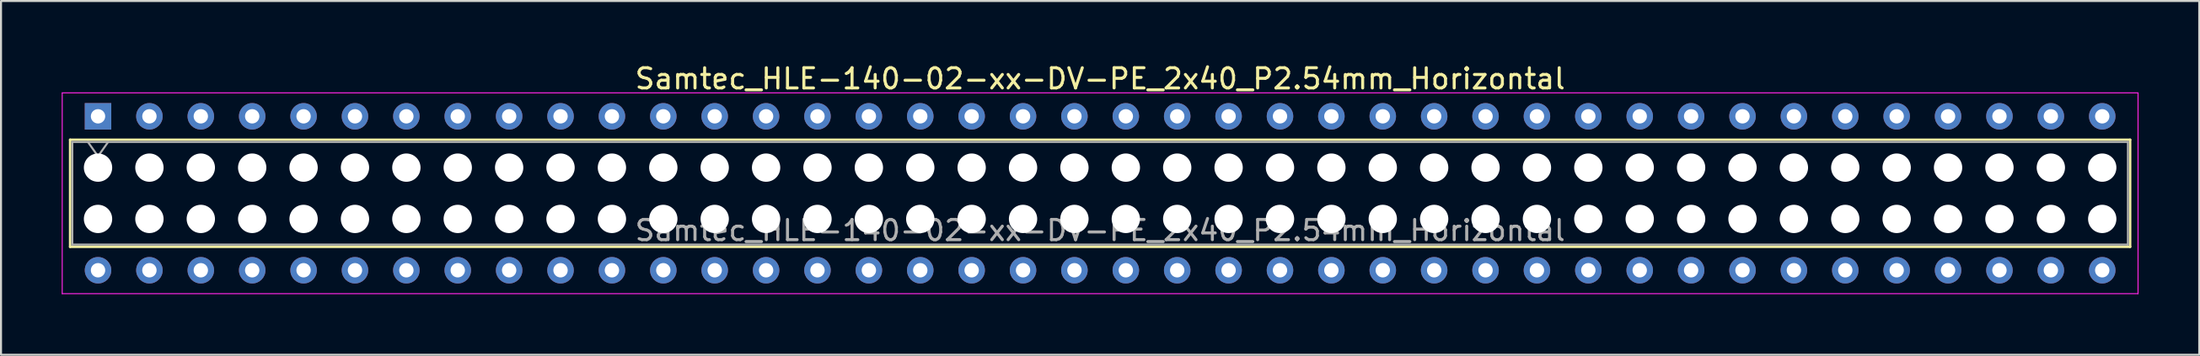
<source format=kicad_pcb>
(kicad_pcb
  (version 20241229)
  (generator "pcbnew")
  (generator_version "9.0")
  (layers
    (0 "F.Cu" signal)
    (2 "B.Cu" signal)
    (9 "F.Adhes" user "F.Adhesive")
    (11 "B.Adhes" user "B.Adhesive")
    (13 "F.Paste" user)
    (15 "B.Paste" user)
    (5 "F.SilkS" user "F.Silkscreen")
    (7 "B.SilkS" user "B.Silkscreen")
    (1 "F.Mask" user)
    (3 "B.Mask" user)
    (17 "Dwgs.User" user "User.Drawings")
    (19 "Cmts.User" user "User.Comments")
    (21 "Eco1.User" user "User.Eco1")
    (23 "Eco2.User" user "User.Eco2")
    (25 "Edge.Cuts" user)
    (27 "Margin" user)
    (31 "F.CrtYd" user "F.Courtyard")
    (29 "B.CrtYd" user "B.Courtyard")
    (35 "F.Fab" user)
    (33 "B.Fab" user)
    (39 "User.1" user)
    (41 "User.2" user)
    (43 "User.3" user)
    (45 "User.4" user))
  (footprint "Samtec_HLE-140-02-xx-DV-PE_2x40_P2.54mm_Horizontal"
    (layer "F.Cu")
    (at 1.795 2.708)
    (property "Reference" "Samtec_HLE-140-02-xx-DV-PE_2x40_P2.54mm_Horizontal" (at 49.53 -1.86 0) (layer "F.SilkS") (effects (font (size 1 1) (thickness 0.15))))
    (attr through_hole)
    (fp_line (start -1.38 1.16) (end 100.44 1.16) (stroke (width 0.12) (type solid)) (layer "F.SilkS"))
    (fp_line (start -1.38 6.46) (end -1.38 1.16) (stroke (width 0.12) (type solid)) (layer "F.SilkS"))
    (fp_line (start 100.44 1.16) (end 100.44 6.46) (stroke (width 0.12) (type solid)) (layer "F.SilkS"))
    (fp_line (start 100.44 6.46) (end -1.38 6.46) (stroke (width 0.12) (type solid)) (layer "F.SilkS"))
    (fp_line (start -1.77 -1.16) (end 100.83 -1.16) (stroke (width 0.05) (type solid)) (layer "F.CrtYd"))
    (fp_line (start -1.77 8.78) (end -1.77 -1.16) (stroke (width 0.05) (type solid)) (layer "F.CrtYd"))
    (fp_line (start 100.83 -1.16) (end 100.83 8.78) (stroke (width 0.05) (type solid)) (layer "F.CrtYd"))
    (fp_line (start 100.83 8.78) (end -1.77 8.78) (stroke (width 0.05) (type solid)) (layer "F.CrtYd"))
    (fp_line (start -1.27 1.27) (end 100.33 1.27) (stroke (width 0.1) (type solid)) (layer "F.Fab"))
    (fp_line (start -1.27 6.35) (end -1.27 1.27) (stroke (width 0.1) (type solid)) (layer "F.Fab"))
    (fp_line (start -0.5 1.27) (end 0 1.977) (stroke (width 0.1) (type solid)) (layer "F.Fab"))
    (fp_line (start 0 1.977) (end 0.5 1.27) (stroke (width 0.1) (type solid)) (layer "F.Fab"))
    (fp_line (start 100.33 1.27) (end 100.33 6.35) (stroke (width 0.1) (type solid)) (layer "F.Fab"))
    (fp_line (start 100.33 6.35) (end -1.27 6.35) (stroke (width 0.1) (type solid)) (layer "F.Fab"))
    (fp_text user "${REFERENCE}" (at 49.53 5.65 0) (layer "F.Fab") (effects (font (size 1 1) (thickness 0.15))))
    (pad "" np_thru_hole circle (at 0 2.54) (size 1.4 1.4) (drill 1.4) (layers "*.Cu" "*.Mask"))
    (pad "" np_thru_hole circle (at 0 5.08) (size 1.4 1.4) (drill 1.4) (layers "*.Cu" "*.Mask"))
    (pad "" np_thru_hole circle (at 2.54 2.54) (size 1.4 1.4) (drill 1.4) (layers "*.Cu" "*.Mask"))
    (pad "" np_thru_hole circle (at 2.54 5.08) (size 1.4 1.4) (drill 1.4) (layers "*.Cu" "*.Mask"))
    (pad "" np_thru_hole circle (at 5.08 2.54) (size 1.4 1.4) (drill 1.4) (layers "*.Cu" "*.Mask"))
    (pad "" np_thru_hole circle (at 5.08 5.08) (size 1.4 1.4) (drill 1.4) (layers "*.Cu" "*.Mask"))
    (pad "" np_thru_hole circle (at 7.62 2.54) (size 1.4 1.4) (drill 1.4) (layers "*.Cu" "*.Mask"))
    (pad "" np_thru_hole circle (at 7.62 5.08) (size 1.4 1.4) (drill 1.4) (layers "*.Cu" "*.Mask"))
    (pad "" np_thru_hole circle (at 10.16 2.54) (size 1.4 1.4) (drill 1.4) (layers "*.Cu" "*.Mask"))
    (pad "" np_thru_hole circle (at 10.16 5.08) (size 1.4 1.4) (drill 1.4) (layers "*.Cu" "*.Mask"))
    (pad "" np_thru_hole circle (at 12.7 2.54) (size 1.4 1.4) (drill 1.4) (layers "*.Cu" "*.Mask"))
    (pad "" np_thru_hole circle (at 12.7 5.08) (size 1.4 1.4) (drill 1.4) (layers "*.Cu" "*.Mask"))
    (pad "" np_thru_hole circle (at 15.24 2.54) (size 1.4 1.4) (drill 1.4) (layers "*.Cu" "*.Mask"))
    (pad "" np_thru_hole circle (at 15.24 5.08) (size 1.4 1.4) (drill 1.4) (layers "*.Cu" "*.Mask"))
    (pad "" np_thru_hole circle (at 17.78 2.54) (size 1.4 1.4) (drill 1.4) (layers "*.Cu" "*.Mask"))
    (pad "" np_thru_hole circle (at 17.78 5.08) (size 1.4 1.4) (drill 1.4) (layers "*.Cu" "*.Mask"))
    (pad "" np_thru_hole circle (at 20.32 2.54) (size 1.4 1.4) (drill 1.4) (layers "*.Cu" "*.Mask"))
    (pad "" np_thru_hole circle (at 20.32 5.08) (size 1.4 1.4) (drill 1.4) (layers "*.Cu" "*.Mask"))
    (pad "" np_thru_hole circle (at 22.86 2.54) (size 1.4 1.4) (drill 1.4) (layers "*.Cu" "*.Mask"))
    (pad "" np_thru_hole circle (at 22.86 5.08) (size 1.4 1.4) (drill 1.4) (layers "*.Cu" "*.Mask"))
    (pad "" np_thru_hole circle (at 25.4 2.54) (size 1.4 1.4) (drill 1.4) (layers "*.Cu" "*.Mask"))
    (pad "" np_thru_hole circle (at 25.4 5.08) (size 1.4 1.4) (drill 1.4) (layers "*.Cu" "*.Mask"))
    (pad "" np_thru_hole circle (at 27.94 2.54) (size 1.4 1.4) (drill 1.4) (layers "*.Cu" "*.Mask"))
    (pad "" np_thru_hole circle (at 27.94 5.08) (size 1.4 1.4) (drill 1.4) (layers "*.Cu" "*.Mask"))
    (pad "" np_thru_hole circle (at 30.48 2.54) (size 1.4 1.4) (drill 1.4) (layers "*.Cu" "*.Mask"))
    (pad "" np_thru_hole circle (at 30.48 5.08) (size 1.4 1.4) (drill 1.4) (layers "*.Cu" "*.Mask"))
    (pad "" np_thru_hole circle (at 33.02 2.54) (size 1.4 1.4) (drill 1.4) (layers "*.Cu" "*.Mask"))
    (pad "" np_thru_hole circle (at 33.02 5.08) (size 1.4 1.4) (drill 1.4) (layers "*.Cu" "*.Mask"))
    (pad "" np_thru_hole circle (at 35.56 2.54) (size 1.4 1.4) (drill 1.4) (layers "*.Cu" "*.Mask"))
    (pad "" np_thru_hole circle (at 35.56 5.08) (size 1.4 1.4) (drill 1.4) (layers "*.Cu" "*.Mask"))
    (pad "" np_thru_hole circle (at 38.1 2.54) (size 1.4 1.4) (drill 1.4) (layers "*.Cu" "*.Mask"))
    (pad "" np_thru_hole circle (at 38.1 5.08) (size 1.4 1.4) (drill 1.4) (layers "*.Cu" "*.Mask"))
    (pad "" np_thru_hole circle (at 40.64 2.54) (size 1.4 1.4) (drill 1.4) (layers "*.Cu" "*.Mask"))
    (pad "" np_thru_hole circle (at 40.64 5.08) (size 1.4 1.4) (drill 1.4) (layers "*.Cu" "*.Mask"))
    (pad "" np_thru_hole circle (at 43.18 2.54) (size 1.4 1.4) (drill 1.4) (layers "*.Cu" "*.Mask"))
    (pad "" np_thru_hole circle (at 43.18 5.08) (size 1.4 1.4) (drill 1.4) (layers "*.Cu" "*.Mask"))
    (pad "" np_thru_hole circle (at 45.72 2.54) (size 1.4 1.4) (drill 1.4) (layers "*.Cu" "*.Mask"))
    (pad "" np_thru_hole circle (at 45.72 5.08) (size 1.4 1.4) (drill 1.4) (layers "*.Cu" "*.Mask"))
    (pad "" np_thru_hole circle (at 48.26 2.54) (size 1.4 1.4) (drill 1.4) (layers "*.Cu" "*.Mask"))
    (pad "" np_thru_hole circle (at 48.26 5.08) (size 1.4 1.4) (drill 1.4) (layers "*.Cu" "*.Mask"))
    (pad "" np_thru_hole circle (at 50.8 2.54) (size 1.4 1.4) (drill 1.4) (layers "*.Cu" "*.Mask"))
    (pad "" np_thru_hole circle (at 50.8 5.08) (size 1.4 1.4) (drill 1.4) (layers "*.Cu" "*.Mask"))
    (pad "" np_thru_hole circle (at 53.34 2.54) (size 1.4 1.4) (drill 1.4) (layers "*.Cu" "*.Mask"))
    (pad "" np_thru_hole circle (at 53.34 5.08) (size 1.4 1.4) (drill 1.4) (layers "*.Cu" "*.Mask"))
    (pad "" np_thru_hole circle (at 55.88 2.54) (size 1.4 1.4) (drill 1.4) (layers "*.Cu" "*.Mask"))
    (pad "" np_thru_hole circle (at 55.88 5.08) (size 1.4 1.4) (drill 1.4) (layers "*.Cu" "*.Mask"))
    (pad "" np_thru_hole circle (at 58.42 2.54) (size 1.4 1.4) (drill 1.4) (layers "*.Cu" "*.Mask"))
    (pad "" np_thru_hole circle (at 58.42 5.08) (size 1.4 1.4) (drill 1.4) (layers "*.Cu" "*.Mask"))
    (pad "" np_thru_hole circle (at 60.96 2.54) (size 1.4 1.4) (drill 1.4) (layers "*.Cu" "*.Mask"))
    (pad "" np_thru_hole circle (at 60.96 5.08) (size 1.4 1.4) (drill 1.4) (layers "*.Cu" "*.Mask"))
    (pad "" np_thru_hole circle (at 63.5 2.54) (size 1.4 1.4) (drill 1.4) (layers "*.Cu" "*.Mask"))
    (pad "" np_thru_hole circle (at 63.5 5.08) (size 1.4 1.4) (drill 1.4) (layers "*.Cu" "*.Mask"))
    (pad "" np_thru_hole circle (at 66.04 2.54) (size 1.4 1.4) (drill 1.4) (layers "*.Cu" "*.Mask"))
    (pad "" np_thru_hole circle (at 66.04 5.08) (size 1.4 1.4) (drill 1.4) (layers "*.Cu" "*.Mask"))
    (pad "" np_thru_hole circle (at 68.58 2.54) (size 1.4 1.4) (drill 1.4) (layers "*.Cu" "*.Mask"))
    (pad "" np_thru_hole circle (at 68.58 5.08) (size 1.4 1.4) (drill 1.4) (layers "*.Cu" "*.Mask"))
    (pad "" np_thru_hole circle (at 71.12 2.54) (size 1.4 1.4) (drill 1.4) (layers "*.Cu" "*.Mask"))
    (pad "" np_thru_hole circle (at 71.12 5.08) (size 1.4 1.4) (drill 1.4) (layers "*.Cu" "*.Mask"))
    (pad "" np_thru_hole circle (at 73.66 2.54) (size 1.4 1.4) (drill 1.4) (layers "*.Cu" "*.Mask"))
    (pad "" np_thru_hole circle (at 73.66 5.08) (size 1.4 1.4) (drill 1.4) (layers "*.Cu" "*.Mask"))
    (pad "" np_thru_hole circle (at 76.2 2.54) (size 1.4 1.4) (drill 1.4) (layers "*.Cu" "*.Mask"))
    (pad "" np_thru_hole circle (at 76.2 5.08) (size 1.4 1.4) (drill 1.4) (layers "*.Cu" "*.Mask"))
    (pad "" np_thru_hole circle (at 78.74 2.54) (size 1.4 1.4) (drill 1.4) (layers "*.Cu" "*.Mask"))
    (pad "" np_thru_hole circle (at 78.74 5.08) (size 1.4 1.4) (drill 1.4) (layers "*.Cu" "*.Mask"))
    (pad "" np_thru_hole circle (at 81.28 2.54) (size 1.4 1.4) (drill 1.4) (layers "*.Cu" "*.Mask"))
    (pad "" np_thru_hole circle (at 81.28 5.08) (size 1.4 1.4) (drill 1.4) (layers "*.Cu" "*.Mask"))
    (pad "" np_thru_hole circle (at 83.82 2.54) (size 1.4 1.4) (drill 1.4) (layers "*.Cu" "*.Mask"))
    (pad "" np_thru_hole circle (at 83.82 5.08) (size 1.4 1.4) (drill 1.4) (layers "*.Cu" "*.Mask"))
    (pad "" np_thru_hole circle (at 86.36 2.54) (size 1.4 1.4) (drill 1.4) (layers "*.Cu" "*.Mask"))
    (pad "" np_thru_hole circle (at 86.36 5.08) (size 1.4 1.4) (drill 1.4) (layers "*.Cu" "*.Mask"))
    (pad "" np_thru_hole circle (at 88.9 2.54) (size 1.4 1.4) (drill 1.4) (layers "*.Cu" "*.Mask"))
    (pad "" np_thru_hole circle (at 88.9 5.08) (size 1.4 1.4) (drill 1.4) (layers "*.Cu" "*.Mask"))
    (pad "" np_thru_hole circle (at 91.44 2.54) (size 1.4 1.4) (drill 1.4) (layers "*.Cu" "*.Mask"))
    (pad "" np_thru_hole circle (at 91.44 5.08) (size 1.4 1.4) (drill 1.4) (layers "*.Cu" "*.Mask"))
    (pad "" np_thru_hole circle (at 93.98 2.54) (size 1.4 1.4) (drill 1.4) (layers "*.Cu" "*.Mask"))
    (pad "" np_thru_hole circle (at 93.98 5.08) (size 1.4 1.4) (drill 1.4) (layers "*.Cu" "*.Mask"))
    (pad "" np_thru_hole circle (at 96.52 2.54) (size 1.4 1.4) (drill 1.4) (layers "*.Cu" "*.Mask"))
    (pad "" np_thru_hole circle (at 96.52 5.08) (size 1.4 1.4) (drill 1.4) (layers "*.Cu" "*.Mask"))
    (pad "" np_thru_hole circle (at 99.06 2.54) (size 1.4 1.4) (drill 1.4) (layers "*.Cu" "*.Mask"))
    (pad "" np_thru_hole circle (at 99.06 5.08) (size 1.4 1.4) (drill 1.4) (layers "*.Cu" "*.Mask"))
    (pad "1" thru_hole rect (at 0 0) (size 1.31 1.31) (drill 0.71) (layers "*.Cu" "*.Mask"))
    (pad "2" thru_hole circle (at 0 7.62) (size 1.31 1.31) (drill 0.71) (layers "*.Cu" "*.Mask"))
    (pad "3" thru_hole circle (at 2.54 0) (size 1.31 1.31) (drill 0.71) (layers "*.Cu" "*.Mask"))
    (pad "4" thru_hole circle (at 2.54 7.62) (size 1.31 1.31) (drill 0.71) (layers "*.Cu" "*.Mask"))
    (pad "5" thru_hole circle (at 5.08 0) (size 1.31 1.31) (drill 0.71) (layers "*.Cu" "*.Mask"))
    (pad "6" thru_hole circle (at 5.08 7.62) (size 1.31 1.31) (drill 0.71) (layers "*.Cu" "*.Mask"))
    (pad "7" thru_hole circle (at 7.62 0) (size 1.31 1.31) (drill 0.71) (layers "*.Cu" "*.Mask"))
    (pad "8" thru_hole circle (at 7.62 7.62) (size 1.31 1.31) (drill 0.71) (layers "*.Cu" "*.Mask"))
    (pad "9" thru_hole circle (at 10.16 0) (size 1.31 1.31) (drill 0.71) (layers "*.Cu" "*.Mask"))
    (pad "10" thru_hole circle (at 10.16 7.62) (size 1.31 1.31) (drill 0.71) (layers "*.Cu" "*.Mask"))
    (pad "11" thru_hole circle (at 12.7 0) (size 1.31 1.31) (drill 0.71) (layers "*.Cu" "*.Mask"))
    (pad "12" thru_hole circle (at 12.7 7.62) (size 1.31 1.31) (drill 0.71) (layers "*.Cu" "*.Mask"))
    (pad "13" thru_hole circle (at 15.24 0) (size 1.31 1.31) (drill 0.71) (layers "*.Cu" "*.Mask"))
    (pad "14" thru_hole circle (at 15.24 7.62) (size 1.31 1.31) (drill 0.71) (layers "*.Cu" "*.Mask"))
    (pad "15" thru_hole circle (at 17.78 0) (size 1.31 1.31) (drill 0.71) (layers "*.Cu" "*.Mask"))
    (pad "16" thru_hole circle (at 17.78 7.62) (size 1.31 1.31) (drill 0.71) (layers "*.Cu" "*.Mask"))
    (pad "17" thru_hole circle (at 20.32 0) (size 1.31 1.31) (drill 0.71) (layers "*.Cu" "*.Mask"))
    (pad "18" thru_hole circle (at 20.32 7.62) (size 1.31 1.31) (drill 0.71) (layers "*.Cu" "*.Mask"))
    (pad "19" thru_hole circle (at 22.86 0) (size 1.31 1.31) (drill 0.71) (layers "*.Cu" "*.Mask"))
    (pad "20" thru_hole circle (at 22.86 7.62) (size 1.31 1.31) (drill 0.71) (layers "*.Cu" "*.Mask"))
    (pad "21" thru_hole circle (at 25.4 0) (size 1.31 1.31) (drill 0.71) (layers "*.Cu" "*.Mask"))
    (pad "22" thru_hole circle (at 25.4 7.62) (size 1.31 1.31) (drill 0.71) (layers "*.Cu" "*.Mask"))
    (pad "23" thru_hole circle (at 27.94 0) (size 1.31 1.31) (drill 0.71) (layers "*.Cu" "*.Mask"))
    (pad "24" thru_hole circle (at 27.94 7.62) (size 1.31 1.31) (drill 0.71) (layers "*.Cu" "*.Mask"))
    (pad "25" thru_hole circle (at 30.48 0) (size 1.31 1.31) (drill 0.71) (layers "*.Cu" "*.Mask"))
    (pad "26" thru_hole circle (at 30.48 7.62) (size 1.31 1.31) (drill 0.71) (layers "*.Cu" "*.Mask"))
    (pad "27" thru_hole circle (at 33.02 0) (size 1.31 1.31) (drill 0.71) (layers "*.Cu" "*.Mask"))
    (pad "28" thru_hole circle (at 33.02 7.62) (size 1.31 1.31) (drill 0.71) (layers "*.Cu" "*.Mask"))
    (pad "29" thru_hole circle (at 35.56 0) (size 1.31 1.31) (drill 0.71) (layers "*.Cu" "*.Mask"))
    (pad "30" thru_hole circle (at 35.56 7.62) (size 1.31 1.31) (drill 0.71) (layers "*.Cu" "*.Mask"))
    (pad "31" thru_hole circle (at 38.1 0) (size 1.31 1.31) (drill 0.71) (layers "*.Cu" "*.Mask"))
    (pad "32" thru_hole circle (at 38.1 7.62) (size 1.31 1.31) (drill 0.71) (layers "*.Cu" "*.Mask"))
    (pad "33" thru_hole circle (at 40.64 0) (size 1.31 1.31) (drill 0.71) (layers "*.Cu" "*.Mask"))
    (pad "34" thru_hole circle (at 40.64 7.62) (size 1.31 1.31) (drill 0.71) (layers "*.Cu" "*.Mask"))
    (pad "35" thru_hole circle (at 43.18 0) (size 1.31 1.31) (drill 0.71) (layers "*.Cu" "*.Mask"))
    (pad "36" thru_hole circle (at 43.18 7.62) (size 1.31 1.31) (drill 0.71) (layers "*.Cu" "*.Mask"))
    (pad "37" thru_hole circle (at 45.72 0) (size 1.31 1.31) (drill 0.71) (layers "*.Cu" "*.Mask"))
    (pad "38" thru_hole circle (at 45.72 7.62) (size 1.31 1.31) (drill 0.71) (layers "*.Cu" "*.Mask"))
    (pad "39" thru_hole circle (at 48.26 0) (size 1.31 1.31) (drill 0.71) (layers "*.Cu" "*.Mask"))
    (pad "40" thru_hole circle (at 48.26 7.62) (size 1.31 1.31) (drill 0.71) (layers "*.Cu" "*.Mask"))
    (pad "41" thru_hole circle (at 50.8 0) (size 1.31 1.31) (drill 0.71) (layers "*.Cu" "*.Mask"))
    (pad "42" thru_hole circle (at 50.8 7.62) (size 1.31 1.31) (drill 0.71) (layers "*.Cu" "*.Mask"))
    (pad "43" thru_hole circle (at 53.34 0) (size 1.31 1.31) (drill 0.71) (layers "*.Cu" "*.Mask"))
    (pad "44" thru_hole circle (at 53.34 7.62) (size 1.31 1.31) (drill 0.71) (layers "*.Cu" "*.Mask"))
    (pad "45" thru_hole circle (at 55.88 0) (size 1.31 1.31) (drill 0.71) (layers "*.Cu" "*.Mask"))
    (pad "46" thru_hole circle (at 55.88 7.62) (size 1.31 1.31) (drill 0.71) (layers "*.Cu" "*.Mask"))
    (pad "47" thru_hole circle (at 58.42 0) (size 1.31 1.31) (drill 0.71) (layers "*.Cu" "*.Mask"))
    (pad "48" thru_hole circle (at 58.42 7.62) (size 1.31 1.31) (drill 0.71) (layers "*.Cu" "*.Mask"))
    (pad "49" thru_hole circle (at 60.96 0) (size 1.31 1.31) (drill 0.71) (layers "*.Cu" "*.Mask"))
    (pad "50" thru_hole circle (at 60.96 7.62) (size 1.31 1.31) (drill 0.71) (layers "*.Cu" "*.Mask"))
    (pad "51" thru_hole circle (at 63.5 0) (size 1.31 1.31) (drill 0.71) (layers "*.Cu" "*.Mask"))
    (pad "52" thru_hole circle (at 63.5 7.62) (size 1.31 1.31) (drill 0.71) (layers "*.Cu" "*.Mask"))
    (pad "53" thru_hole circle (at 66.04 0) (size 1.31 1.31) (drill 0.71) (layers "*.Cu" "*.Mask"))
    (pad "54" thru_hole circle (at 66.04 7.62) (size 1.31 1.31) (drill 0.71) (layers "*.Cu" "*.Mask"))
    (pad "55" thru_hole circle (at 68.58 0) (size 1.31 1.31) (drill 0.71) (layers "*.Cu" "*.Mask"))
    (pad "56" thru_hole circle (at 68.58 7.62) (size 1.31 1.31) (drill 0.71) (layers "*.Cu" "*.Mask"))
    (pad "57" thru_hole circle (at 71.12 0) (size 1.31 1.31) (drill 0.71) (layers "*.Cu" "*.Mask"))
    (pad "58" thru_hole circle (at 71.12 7.62) (size 1.31 1.31) (drill 0.71) (layers "*.Cu" "*.Mask"))
    (pad "59" thru_hole circle (at 73.66 0) (size 1.31 1.31) (drill 0.71) (layers "*.Cu" "*.Mask"))
    (pad "60" thru_hole circle (at 73.66 7.62) (size 1.31 1.31) (drill 0.71) (layers "*.Cu" "*.Mask"))
    (pad "61" thru_hole circle (at 76.2 0) (size 1.31 1.31) (drill 0.71) (layers "*.Cu" "*.Mask"))
    (pad "62" thru_hole circle (at 76.2 7.62) (size 1.31 1.31) (drill 0.71) (layers "*.Cu" "*.Mask"))
    (pad "63" thru_hole circle (at 78.74 0) (size 1.31 1.31) (drill 0.71) (layers "*.Cu" "*.Mask"))
    (pad "64" thru_hole circle (at 78.74 7.62) (size 1.31 1.31) (drill 0.71) (layers "*.Cu" "*.Mask"))
    (pad "65" thru_hole circle (at 81.28 0) (size 1.31 1.31) (drill 0.71) (layers "*.Cu" "*.Mask"))
    (pad "66" thru_hole circle (at 81.28 7.62) (size 1.31 1.31) (drill 0.71) (layers "*.Cu" "*.Mask"))
    (pad "67" thru_hole circle (at 83.82 0) (size 1.31 1.31) (drill 0.71) (layers "*.Cu" "*.Mask"))
    (pad "68" thru_hole circle (at 83.82 7.62) (size 1.31 1.31) (drill 0.71) (layers "*.Cu" "*.Mask"))
    (pad "69" thru_hole circle (at 86.36 0) (size 1.31 1.31) (drill 0.71) (layers "*.Cu" "*.Mask"))
    (pad "70" thru_hole circle (at 86.36 7.62) (size 1.31 1.31) (drill 0.71) (layers "*.Cu" "*.Mask"))
    (pad "71" thru_hole circle (at 88.9 0) (size 1.31 1.31) (drill 0.71) (layers "*.Cu" "*.Mask"))
    (pad "72" thru_hole circle (at 88.9 7.62) (size 1.31 1.31) (drill 0.71) (layers "*.Cu" "*.Mask"))
    (pad "73" thru_hole circle (at 91.44 0) (size 1.31 1.31) (drill 0.71) (layers "*.Cu" "*.Mask"))
    (pad "74" thru_hole circle (at 91.44 7.62) (size 1.31 1.31) (drill 0.71) (layers "*.Cu" "*.Mask"))
    (pad "75" thru_hole circle (at 93.98 0) (size 1.31 1.31) (drill 0.71) (layers "*.Cu" "*.Mask"))
    (pad "76" thru_hole circle (at 93.98 7.62) (size 1.31 1.31) (drill 0.71) (layers "*.Cu" "*.Mask"))
    (pad "77" thru_hole circle (at 96.52 0) (size 1.31 1.31) (drill 0.71) (layers "*.Cu" "*.Mask"))
    (pad "78" thru_hole circle (at 96.52 7.62) (size 1.31 1.31) (drill 0.71) (layers "*.Cu" "*.Mask"))
    (pad "79" thru_hole circle (at 99.06 0) (size 1.31 1.31) (drill 0.71) (layers "*.Cu" "*.Mask"))
    (pad "80" thru_hole circle (at 99.06 7.62) (size 1.31 1.31) (drill 0.71) (layers "*.Cu" "*.Mask")))
  (gr_rect
    (start -3 -3)
    (end 105.65 14.513)
    (stroke (width 0.1) (type default))
    (fill no)
    (layer "Edge.Cuts")))
</source>
